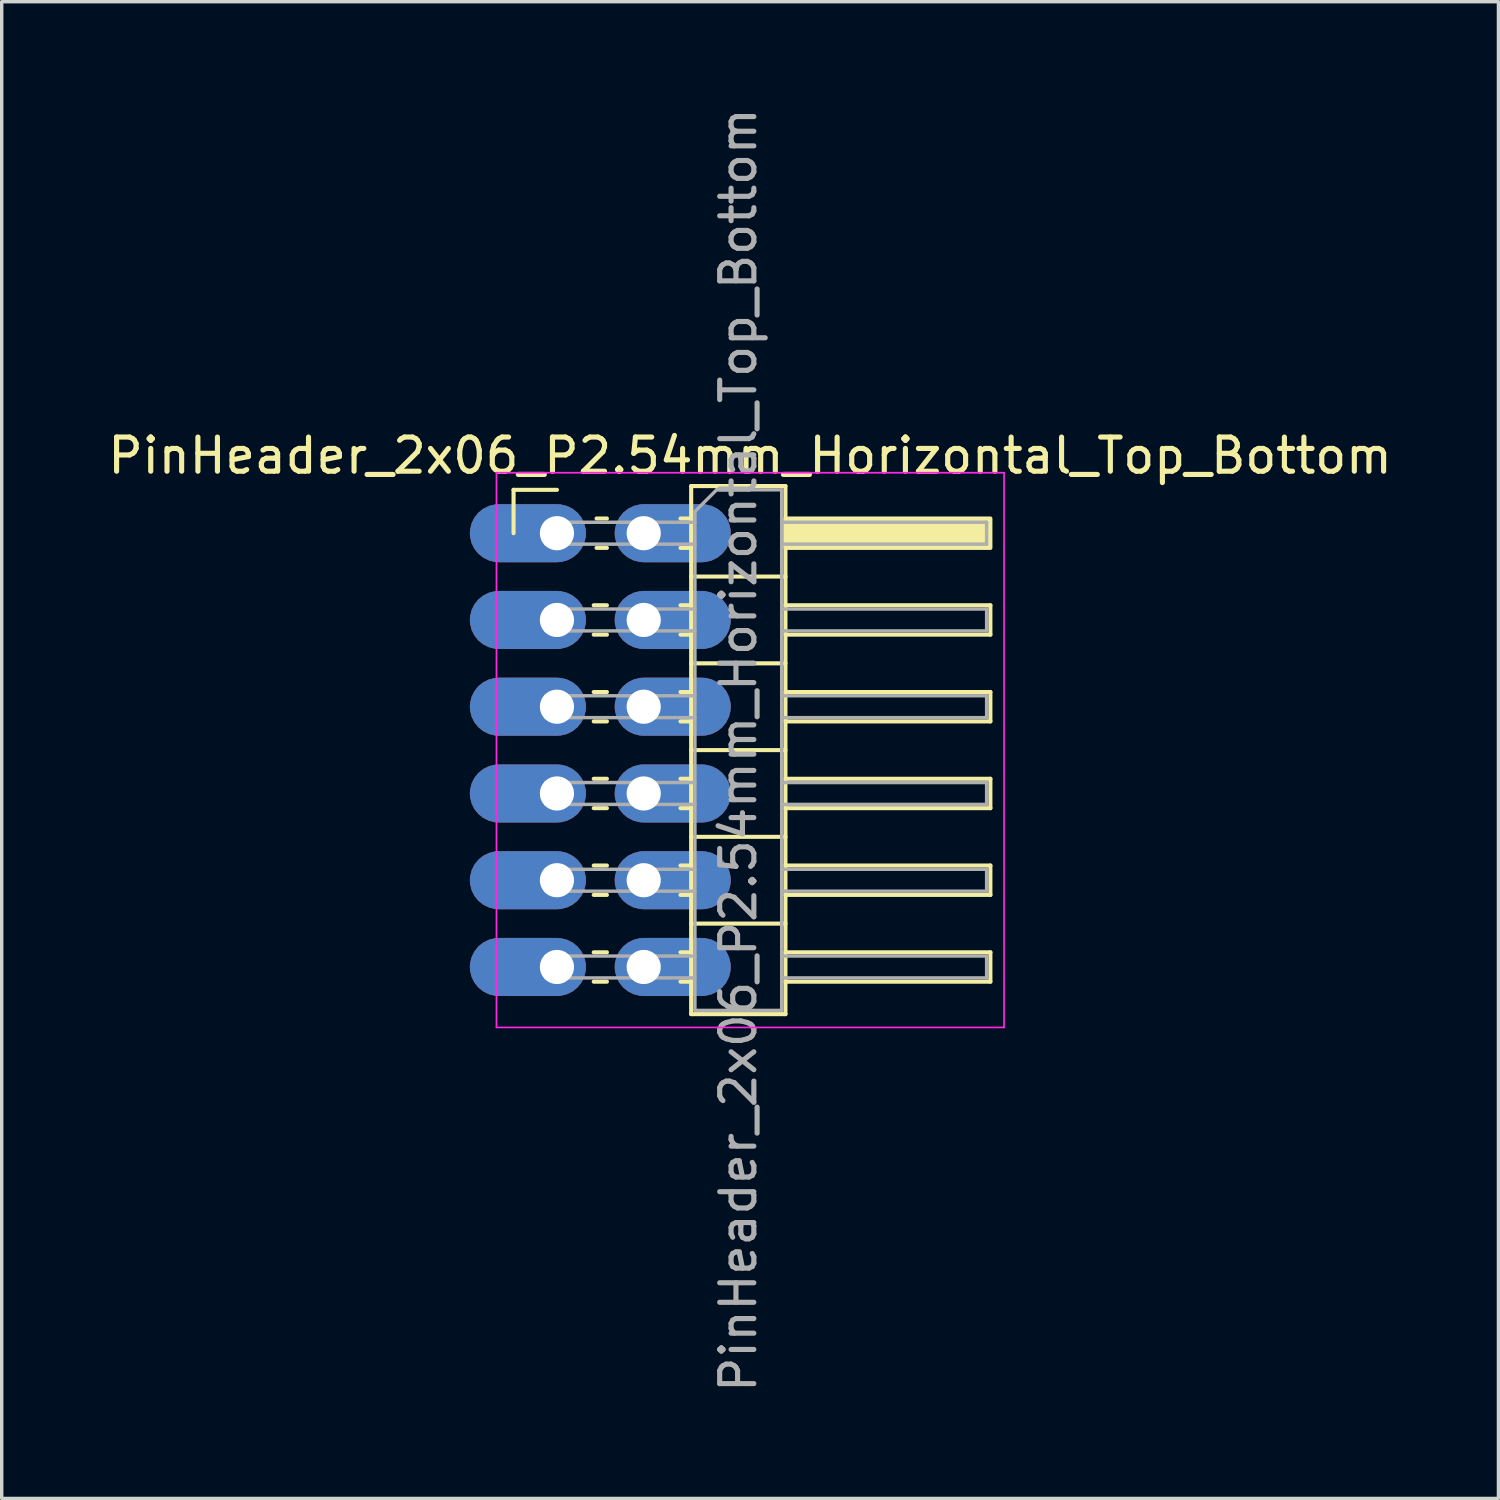
<source format=kicad_pcb>
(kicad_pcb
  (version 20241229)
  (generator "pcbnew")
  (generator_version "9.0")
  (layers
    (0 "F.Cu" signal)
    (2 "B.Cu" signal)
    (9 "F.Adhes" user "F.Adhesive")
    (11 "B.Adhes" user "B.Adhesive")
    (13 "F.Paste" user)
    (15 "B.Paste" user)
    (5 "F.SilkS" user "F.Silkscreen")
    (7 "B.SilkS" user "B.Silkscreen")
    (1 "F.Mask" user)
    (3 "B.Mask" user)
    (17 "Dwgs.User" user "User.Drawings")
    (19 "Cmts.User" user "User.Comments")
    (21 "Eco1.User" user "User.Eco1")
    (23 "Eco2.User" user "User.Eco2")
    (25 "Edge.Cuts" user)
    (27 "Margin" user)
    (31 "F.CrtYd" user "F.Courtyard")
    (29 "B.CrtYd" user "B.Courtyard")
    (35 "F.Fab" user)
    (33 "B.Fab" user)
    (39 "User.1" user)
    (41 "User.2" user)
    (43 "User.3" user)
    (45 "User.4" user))
  (footprint "PinHeader_2x06_P2.54mm_Horizontal_Top_Bottom"
    (layer "F.Cu")
    (at 13.256 12.561)
    (property "Reference" "PinHeader_2x06_P2.54mm_Horizontal_Top_Bottom" (at 5.655 -2.27 0) (layer "F.SilkS") (effects (font (size 1 1) (thickness 0.15))))
    (attr through_hole)
    (fp_line (start -1.27 -1.27) (end 0 -1.27) (stroke (width 0.12) (type solid)) (layer "F.SilkS"))
    (fp_line (start -1.27 0) (end -1.27 -1.27) (stroke (width 0.12) (type solid)) (layer "F.SilkS"))
    (fp_line (start 1.077 2.11) (end 1.463 2.11) (stroke (width 0.12) (type solid)) (layer "F.SilkS"))
    (fp_line (start 1.077 2.97) (end 1.463 2.97) (stroke (width 0.12) (type solid)) (layer "F.SilkS"))
    (fp_line (start 1.077 4.65) (end 1.463 4.65) (stroke (width 0.12) (type solid)) (layer "F.SilkS"))
    (fp_line (start 1.077 5.51) (end 1.463 5.51) (stroke (width 0.12) (type solid)) (layer "F.SilkS"))
    (fp_line (start 1.077 7.19) (end 1.463 7.19) (stroke (width 0.12) (type solid)) (layer "F.SilkS"))
    (fp_line (start 1.077 8.05) (end 1.463 8.05) (stroke (width 0.12) (type solid)) (layer "F.SilkS"))
    (fp_line (start 1.077 9.73) (end 1.463 9.73) (stroke (width 0.12) (type solid)) (layer "F.SilkS"))
    (fp_line (start 1.077 10.59) (end 1.463 10.59) (stroke (width 0.12) (type solid)) (layer "F.SilkS"))
    (fp_line (start 1.077 12.27) (end 1.463 12.27) (stroke (width 0.12) (type solid)) (layer "F.SilkS"))
    (fp_line (start 1.077 13.13) (end 1.463 13.13) (stroke (width 0.12) (type solid)) (layer "F.SilkS"))
    (fp_line (start 1.16 -0.43) (end 1.463 -0.43) (stroke (width 0.12) (type solid)) (layer "F.SilkS"))
    (fp_line (start 1.16 0.43) (end 1.463 0.43) (stroke (width 0.12) (type solid)) (layer "F.SilkS"))
    (fp_line (start 3.617 -0.43) (end 3.93 -0.43) (stroke (width 0.12) (type solid)) (layer "F.SilkS"))
    (fp_line (start 3.617 0.43) (end 3.93 0.43) (stroke (width 0.12) (type solid)) (layer "F.SilkS"))
    (fp_line (start 3.617 2.11) (end 3.93 2.11) (stroke (width 0.12) (type solid)) (layer "F.SilkS"))
    (fp_line (start 3.617 2.97) (end 3.93 2.97) (stroke (width 0.12) (type solid)) (layer "F.SilkS"))
    (fp_line (start 3.617 4.65) (end 3.93 4.65) (stroke (width 0.12) (type solid)) (layer "F.SilkS"))
    (fp_line (start 3.617 5.51) (end 3.93 5.51) (stroke (width 0.12) (type solid)) (layer "F.SilkS"))
    (fp_line (start 3.617 7.19) (end 3.93 7.19) (stroke (width 0.12) (type solid)) (layer "F.SilkS"))
    (fp_line (start 3.617 8.05) (end 3.93 8.05) (stroke (width 0.12) (type solid)) (layer "F.SilkS"))
    (fp_line (start 3.617 9.73) (end 3.93 9.73) (stroke (width 0.12) (type solid)) (layer "F.SilkS"))
    (fp_line (start 3.617 10.59) (end 3.93 10.59) (stroke (width 0.12) (type solid)) (layer "F.SilkS"))
    (fp_line (start 3.617 12.27) (end 3.93 12.27) (stroke (width 0.12) (type solid)) (layer "F.SilkS"))
    (fp_line (start 3.617 13.13) (end 3.93 13.13) (stroke (width 0.12) (type solid)) (layer "F.SilkS"))
    (fp_line (start 3.93 -1.38) (end 3.93 14.08) (stroke (width 0.12) (type solid)) (layer "F.SilkS"))
    (fp_line (start 3.93 1.27) (end 6.69 1.27) (stroke (width 0.12) (type solid)) (layer "F.SilkS"))
    (fp_line (start 3.93 3.81) (end 6.69 3.81) (stroke (width 0.12) (type solid)) (layer "F.SilkS"))
    (fp_line (start 3.93 6.35) (end 6.69 6.35) (stroke (width 0.12) (type solid)) (layer "F.SilkS"))
    (fp_line (start 3.93 8.89) (end 6.69 8.89) (stroke (width 0.12) (type solid)) (layer "F.SilkS"))
    (fp_line (start 3.93 11.43) (end 6.69 11.43) (stroke (width 0.12) (type solid)) (layer "F.SilkS"))
    (fp_line (start 3.93 14.08) (end 6.69 14.08) (stroke (width 0.12) (type solid)) (layer "F.SilkS"))
    (fp_line (start 6.69 -1.38) (end 3.93 -1.38) (stroke (width 0.12) (type solid)) (layer "F.SilkS"))
    (fp_line (start 6.69 2.11) (end 12.69 2.11) (stroke (width 0.12) (type solid)) (layer "F.SilkS"))
    (fp_line (start 6.69 4.65) (end 12.69 4.65) (stroke (width 0.12) (type solid)) (layer "F.SilkS"))
    (fp_line (start 6.69 7.19) (end 12.69 7.19) (stroke (width 0.12) (type solid)) (layer "F.SilkS"))
    (fp_line (start 6.69 9.73) (end 12.69 9.73) (stroke (width 0.12) (type solid)) (layer "F.SilkS"))
    (fp_line (start 6.69 12.27) (end 12.69 12.27) (stroke (width 0.12) (type solid)) (layer "F.SilkS"))
    (fp_line (start 6.69 14.08) (end 6.69 -1.38) (stroke (width 0.12) (type solid)) (layer "F.SilkS"))
    (fp_line (start 12.69 2.11) (end 12.69 2.97) (stroke (width 0.12) (type solid)) (layer "F.SilkS"))
    (fp_line (start 12.69 2.97) (end 6.69 2.97) (stroke (width 0.12) (type solid)) (layer "F.SilkS"))
    (fp_line (start 12.69 4.65) (end 12.69 5.51) (stroke (width 0.12) (type solid)) (layer "F.SilkS"))
    (fp_line (start 12.69 5.51) (end 6.69 5.51) (stroke (width 0.12) (type solid)) (layer "F.SilkS"))
    (fp_line (start 12.69 7.19) (end 12.69 8.05) (stroke (width 0.12) (type solid)) (layer "F.SilkS"))
    (fp_line (start 12.69 8.05) (end 6.69 8.05) (stroke (width 0.12) (type solid)) (layer "F.SilkS"))
    (fp_line (start 12.69 9.73) (end 12.69 10.59) (stroke (width 0.12) (type solid)) (layer "F.SilkS"))
    (fp_line (start 12.69 10.59) (end 6.69 10.59) (stroke (width 0.12) (type solid)) (layer "F.SilkS"))
    (fp_line (start 12.69 12.27) (end 12.69 13.13) (stroke (width 0.12) (type solid)) (layer "F.SilkS"))
    (fp_line (start 12.69 13.13) (end 6.69 13.13) (stroke (width 0.12) (type solid)) (layer "F.SilkS"))
    (fp_rect (start 6.69 -0.43) (end 12.69 0.43) (stroke (width 0.12) (type solid)) (fill yes) (layer "F.SilkS"))
    (fp_line (start -1.77 -1.77) (end -1.77 14.47) (stroke (width 0.05) (type solid)) (layer "F.CrtYd"))
    (fp_line (start -1.77 14.47) (end 13.09 14.47) (stroke (width 0.05) (type solid)) (layer "F.CrtYd"))
    (fp_line (start 13.09 -1.77) (end -1.77 -1.77) (stroke (width 0.05) (type solid)) (layer "F.CrtYd"))
    (fp_line (start 13.09 14.47) (end 13.09 -1.77) (stroke (width 0.05) (type solid)) (layer "F.CrtYd"))
    (fp_line (start -0.32 -0.32) (end -0.32 0.32) (stroke (width 0.1) (type solid)) (layer "F.Fab"))
    (fp_line (start -0.32 -0.32) (end 4.04 -0.32) (stroke (width 0.1) (type solid)) (layer "F.Fab"))
    (fp_line (start -0.32 0.32) (end 4.04 0.32) (stroke (width 0.1) (type solid)) (layer "F.Fab"))
    (fp_line (start -0.32 2.22) (end -0.32 2.86) (stroke (width 0.1) (type solid)) (layer "F.Fab"))
    (fp_line (start -0.32 2.22) (end 4.04 2.22) (stroke (width 0.1) (type solid)) (layer "F.Fab"))
    (fp_line (start -0.32 2.86) (end 4.04 2.86) (stroke (width 0.1) (type solid)) (layer "F.Fab"))
    (fp_line (start -0.32 4.76) (end -0.32 5.4) (stroke (width 0.1) (type solid)) (layer "F.Fab"))
    (fp_line (start -0.32 4.76) (end 4.04 4.76) (stroke (width 0.1) (type solid)) (layer "F.Fab"))
    (fp_line (start -0.32 5.4) (end 4.04 5.4) (stroke (width 0.1) (type solid)) (layer "F.Fab"))
    (fp_line (start -0.32 7.3) (end -0.32 7.94) (stroke (width 0.1) (type solid)) (layer "F.Fab"))
    (fp_line (start -0.32 7.3) (end 4.04 7.3) (stroke (width 0.1) (type solid)) (layer "F.Fab"))
    (fp_line (start -0.32 7.94) (end 4.04 7.94) (stroke (width 0.1) (type solid)) (layer "F.Fab"))
    (fp_line (start -0.32 9.84) (end -0.32 10.48) (stroke (width 0.1) (type solid)) (layer "F.Fab"))
    (fp_line (start -0.32 9.84) (end 4.04 9.84) (stroke (width 0.1) (type solid)) (layer "F.Fab"))
    (fp_line (start -0.32 10.48) (end 4.04 10.48) (stroke (width 0.1) (type solid)) (layer "F.Fab"))
    (fp_line (start -0.32 12.38) (end -0.32 13.02) (stroke (width 0.1) (type solid)) (layer "F.Fab"))
    (fp_line (start -0.32 12.38) (end 4.04 12.38) (stroke (width 0.1) (type solid)) (layer "F.Fab"))
    (fp_line (start -0.32 13.02) (end 4.04 13.02) (stroke (width 0.1) (type solid)) (layer "F.Fab"))
    (fp_line (start 4.04 -0.635) (end 4.675 -1.27) (stroke (width 0.1) (type solid)) (layer "F.Fab"))
    (fp_line (start 4.04 13.97) (end 4.04 -0.635) (stroke (width 0.1) (type solid)) (layer "F.Fab"))
    (fp_line (start 4.675 -1.27) (end 6.58 -1.27) (stroke (width 0.1) (type solid)) (layer "F.Fab"))
    (fp_line (start 6.58 -1.27) (end 6.58 13.97) (stroke (width 0.1) (type solid)) (layer "F.Fab"))
    (fp_line (start 6.58 -0.32) (end 12.58 -0.32) (stroke (width 0.1) (type solid)) (layer "F.Fab"))
    (fp_line (start 6.58 0.32) (end 12.58 0.32) (stroke (width 0.1) (type solid)) (layer "F.Fab"))
    (fp_line (start 6.58 2.22) (end 12.58 2.22) (stroke (width 0.1) (type solid)) (layer "F.Fab"))
    (fp_line (start 6.58 2.86) (end 12.58 2.86) (stroke (width 0.1) (type solid)) (layer "F.Fab"))
    (fp_line (start 6.58 4.76) (end 12.58 4.76) (stroke (width 0.1) (type solid)) (layer "F.Fab"))
    (fp_line (start 6.58 5.4) (end 12.58 5.4) (stroke (width 0.1) (type solid)) (layer "F.Fab"))
    (fp_line (start 6.58 7.3) (end 12.58 7.3) (stroke (width 0.1) (type solid)) (layer "F.Fab"))
    (fp_line (start 6.58 7.94) (end 12.58 7.94) (stroke (width 0.1) (type solid)) (layer "F.Fab"))
    (fp_line (start 6.58 9.84) (end 12.58 9.84) (stroke (width 0.1) (type solid)) (layer "F.Fab"))
    (fp_line (start 6.58 10.48) (end 12.58 10.48) (stroke (width 0.1) (type solid)) (layer "F.Fab"))
    (fp_line (start 6.58 12.38) (end 12.58 12.38) (stroke (width 0.1) (type solid)) (layer "F.Fab"))
    (fp_line (start 6.58 13.02) (end 12.58 13.02) (stroke (width 0.1) (type solid)) (layer "F.Fab"))
    (fp_line (start 6.58 13.97) (end 4.04 13.97) (stroke (width 0.1) (type solid)) (layer "F.Fab"))
    (fp_line (start 12.58 -0.32) (end 12.58 0.32) (stroke (width 0.1) (type solid)) (layer "F.Fab"))
    (fp_line (start 12.58 2.22) (end 12.58 2.86) (stroke (width 0.1) (type solid)) (layer "F.Fab"))
    (fp_line (start 12.58 4.76) (end 12.58 5.4) (stroke (width 0.1) (type solid)) (layer "F.Fab"))
    (fp_line (start 12.58 7.3) (end 12.58 7.94) (stroke (width 0.1) (type solid)) (layer "F.Fab"))
    (fp_line (start 12.58 9.84) (end 12.58 10.48) (stroke (width 0.1) (type solid)) (layer "F.Fab"))
    (fp_line (start 12.58 12.38) (end 12.58 13.02) (stroke (width 0.1) (type solid)) (layer "F.Fab"))
    (fp_text user "${REFERENCE}" (at 5.31 6.35 90) (layer "F.Fab") (effects (font (size 1 1) (thickness 0.15))))
    (pad "1" thru_hole roundrect (at 2.54 12.7) (size 3.4 1.7) (drill 1 (offset 0.85 0)) (layers "*.Cu" "*.Mask") (roundrect_rratio 0.5))
    (pad "2" thru_hole roundrect (at 2.54 10.16) (size 3.4 1.7) (drill 1 (offset 0.85 0)) (layers "*.Cu" "*.Mask") (roundrect_rratio 0.5))
    (pad "3" thru_hole roundrect (at 2.54 7.62) (size 3.4 1.7) (drill 1 (offset 0.85 0)) (layers "*.Cu" "*.Mask") (roundrect_rratio 0.5))
    (pad "4" thru_hole roundrect (at 2.54 5.08) (size 3.4 1.7) (drill 1 (offset 0.85 0)) (layers "*.Cu" "*.Mask") (roundrect_rratio 0.5))
    (pad "5" thru_hole roundrect (at 2.54 2.54) (size 3.4 1.7) (drill 1 (offset 0.85 0)) (layers "*.Cu" "*.Mask") (roundrect_rratio 0.5))
    (pad "6" thru_hole roundrect (at 2.54 0) (size 3.4 1.7) (drill 1 (offset 0.85 0)) (layers "*.Cu" "*.Mask") (roundrect_rratio 0.5))
    (pad "7" thru_hole roundrect (at 0 12.7) (size 3.4 1.7) (drill 1 (offset -0.85 0)) (layers "*.Cu" "*.Mask") (roundrect_rratio 0.5))
    (pad "8" thru_hole roundrect (at 0 10.16) (size 3.4 1.7) (drill 1 (offset -0.85 0)) (layers "*.Cu" "*.Mask") (roundrect_rratio 0.5))
    (pad "9" thru_hole roundrect (at 0 7.62) (size 3.4 1.7) (drill 1 (offset -0.85 0)) (layers "*.Cu" "*.Mask") (roundrect_rratio 0.5))
    (pad "10" thru_hole roundrect (at 0 5.08) (size 3.4 1.7) (drill 1 (offset -0.85 0)) (layers "*.Cu" "*.Mask") (roundrect_rratio 0.5))
    (pad "11" thru_hole roundrect (at 0 2.54) (size 3.4 1.7) (drill 1 (offset -0.85 0)) (layers "*.Cu" "*.Mask") (roundrect_rratio 0.5))
    (pad "12" thru_hole roundrect (at 0 0) (size 3.4 1.7) (drill 1 (offset -0.85 0)) (layers "*.Cu" "*.Mask") (roundrect_rratio 0.5)))
  (gr_rect
    (start -3 -3)
    (end 40.821 40.821)
    (stroke (width 0.1) (type default))
    (fill no)
    (layer "Edge.Cuts")))
</source>
